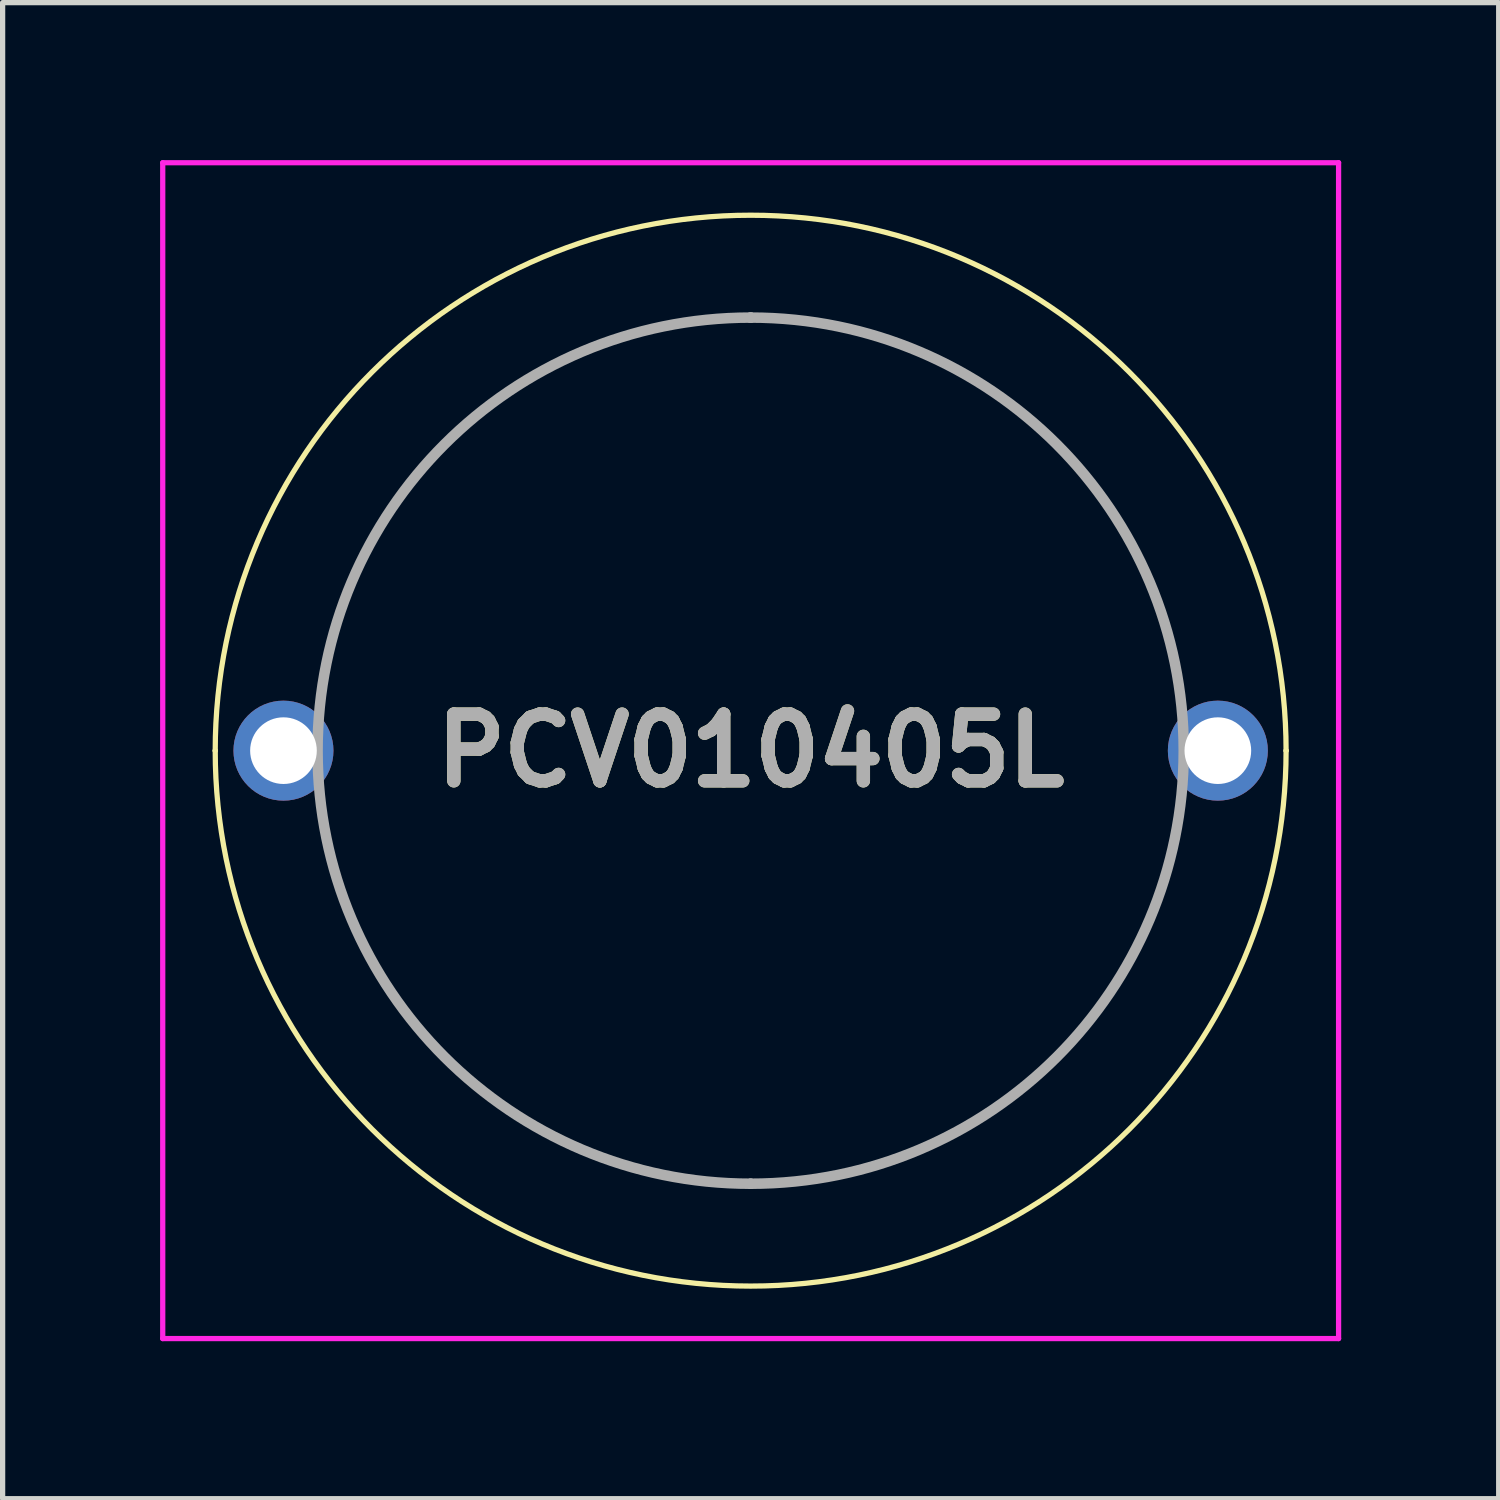
<source format=kicad_pcb>
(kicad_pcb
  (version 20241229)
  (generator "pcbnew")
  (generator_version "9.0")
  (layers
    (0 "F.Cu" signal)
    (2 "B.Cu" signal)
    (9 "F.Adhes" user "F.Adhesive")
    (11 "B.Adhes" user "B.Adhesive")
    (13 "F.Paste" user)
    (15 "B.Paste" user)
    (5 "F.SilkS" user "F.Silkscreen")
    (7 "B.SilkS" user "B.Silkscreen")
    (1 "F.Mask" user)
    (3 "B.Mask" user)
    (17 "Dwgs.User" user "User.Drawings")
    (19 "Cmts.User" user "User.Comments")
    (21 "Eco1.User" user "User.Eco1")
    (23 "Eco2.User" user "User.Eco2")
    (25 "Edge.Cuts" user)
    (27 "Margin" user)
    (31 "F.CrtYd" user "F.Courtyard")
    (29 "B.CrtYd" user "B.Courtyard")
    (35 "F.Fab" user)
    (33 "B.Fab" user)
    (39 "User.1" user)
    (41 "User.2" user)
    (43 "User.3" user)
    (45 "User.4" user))
  (footprint "PCV010405L"
    (layer "F.Cu")
    (at 2.35 11.25)
    (property "Reference" "PCV010405L" (at 8.9 0 0) (layer "F.SilkS") (effects (font (size 1.27 1.27) (thickness 0.254))))
    (attr through_hole)
    (fp_line (start -1.3 0) (end -1.3 0) (stroke (width 0.1) (type solid)) (layer "F.SilkS"))
    (fp_line (start 19.1 0) (end 19.1 0) (stroke (width 0.1) (type solid)) (layer "F.SilkS"))
    (fp_arc (start -1.3 0) (mid 8.9 -10.2) (end 19.1 0) (stroke (width 0.1) (type solid)) (layer "F.SilkS"))
    (fp_arc (start 19.1 0) (mid 8.9 10.2) (end -1.3 0) (stroke (width 0.1) (type solid)) (layer "F.SilkS"))
    (fp_line (start -2.3 -11.2) (end 20.1 -11.2) (stroke (width 0.1) (type solid)) (layer "F.CrtYd"))
    (fp_line (start -2.3 11.2) (end -2.3 -11.2) (stroke (width 0.1) (type solid)) (layer "F.CrtYd"))
    (fp_line (start 20.1 -11.2) (end 20.1 11.2) (stroke (width 0.1) (type solid)) (layer "F.CrtYd"))
    (fp_line (start 20.1 11.2) (end -2.3 11.2) (stroke (width 0.1) (type solid)) (layer "F.CrtYd"))
    (fp_line (start 8.9 -8.25) (end 8.9 -8.25) (stroke (width 0.2) (type solid)) (layer "F.Fab"))
    (fp_line (start 8.9 8.25) (end 8.9 8.25) (stroke (width 0.2) (type solid)) (layer "F.Fab"))
    (fp_arc (start 8.9 -8.25) (mid 17.15 0) (end 8.9 8.25) (stroke (width 0.2) (type solid)) (layer "F.Fab"))
    (fp_arc (start 8.9 8.25) (mid 0.65 0) (end 8.9 -8.25) (stroke (width 0.2) (type solid)) (layer "F.Fab"))
    (fp_text user "${REFERENCE}" (at 8.9 0 0) (layer "F.Fab") (effects (font (size 1.27 1.27) (thickness 0.254))))
    (pad "1" thru_hole circle (at 0 0) (size 1.905 1.905) (drill 1.27) (layers "*.Cu" "*.Mask"))
    (pad "2" thru_hole circle (at 17.8 0) (size 1.905 1.905) (drill 1.27) (layers "*.Cu" "*.Mask")))
  (gr_rect
    (start -3 -3)
    (end 25.5 25.5)
    (stroke (width 0.1) (type default))
    (fill no)
    (layer "Edge.Cuts")))
</source>
